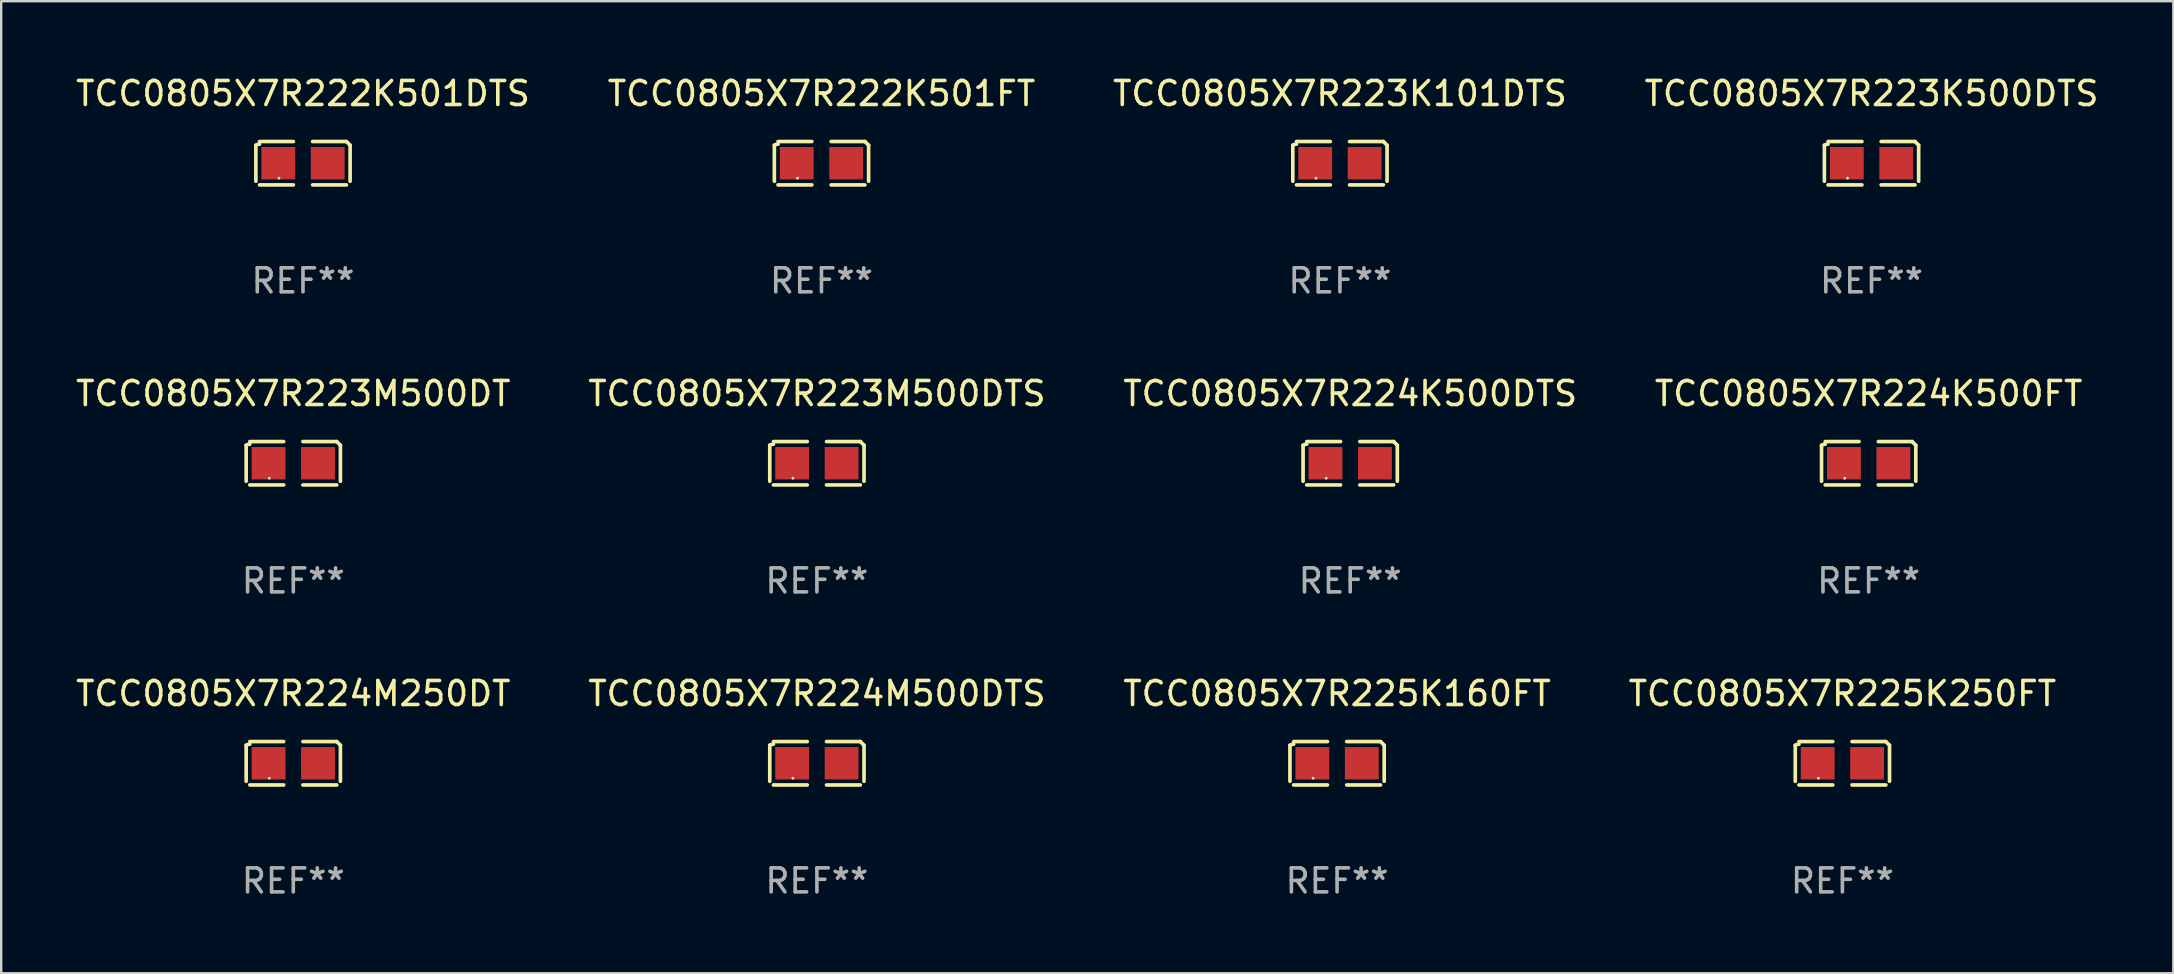
<source format=kicad_pcb>
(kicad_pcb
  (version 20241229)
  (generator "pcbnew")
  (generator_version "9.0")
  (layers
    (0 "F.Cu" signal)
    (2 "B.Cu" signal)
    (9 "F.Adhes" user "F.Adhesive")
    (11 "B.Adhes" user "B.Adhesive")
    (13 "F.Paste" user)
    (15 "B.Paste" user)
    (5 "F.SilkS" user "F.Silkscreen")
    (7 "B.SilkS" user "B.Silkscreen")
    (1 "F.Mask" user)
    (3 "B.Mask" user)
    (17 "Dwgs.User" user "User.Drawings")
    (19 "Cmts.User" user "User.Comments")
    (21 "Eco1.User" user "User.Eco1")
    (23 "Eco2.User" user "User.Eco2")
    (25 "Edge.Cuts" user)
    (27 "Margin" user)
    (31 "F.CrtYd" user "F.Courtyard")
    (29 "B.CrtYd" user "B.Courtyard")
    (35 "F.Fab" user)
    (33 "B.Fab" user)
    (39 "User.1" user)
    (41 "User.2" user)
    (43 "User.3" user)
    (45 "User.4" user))
  (footprint "TCC0805X7R223M500DTS"
    (layer "F.Cu")
    (at 30.994 16.256)
    (property "Reference" "TCC0805X7R223M500DTS" (at 0 -2.904 0) (layer "F.SilkS") (effects (font (size 1 1) (thickness 0.15))))
    (attr through_hole)
    (fp_line (start -1.964 0.751) (end -1.964 -0.751) (stroke (width 0.152) (type solid)) (layer "F.SilkS"))
    (fp_line (start -1.811 -0.904) (end -0.401 -0.904) (stroke (width 0.152) (type solid)) (layer "F.SilkS"))
    (fp_line (start -0.401 0.904) (end -1.811 0.904) (stroke (width 0.152) (type solid)) (layer "F.SilkS"))
    (fp_line (start 0.401 0.904) (end 1.811 0.904) (stroke (width 0.152) (type solid)) (layer "F.SilkS"))
    (fp_line (start 1.811 -0.904) (end 0.401 -0.904) (stroke (width 0.152) (type solid)) (layer "F.SilkS"))
    (fp_line (start 1.964 0.751) (end 1.964 -0.751) (stroke (width 0.152) (type solid)) (layer "F.SilkS"))
    (fp_arc (start -1.963602 -0.751207) (mid -1.890354 -0.783131) (end -1.811201 -0.794044) (stroke (width 0.1524) (type solid)) (layer "F.SilkS"))
    (fp_arc (start 1.811202 -0.903607) (mid 1.887413 -0.827418) (end 1.963602 -0.751207) (stroke (width 0.1524) (type solid)) (layer "F.SilkS"))
    (fp_circle (center -1 0.625) (end -0.97 0.625) (stroke (width 0.06) (type solid)) (fill no) (layer "F.SilkS"))
    (fp_text user "REF**" (at 0 4.904 0) (layer "F.Fab") (effects (font (size 1 1) (thickness 0.15))))
    (pad "1" smd rect (at -1.03 0) (size 1.41 1.35) (layers "F.Cu" "F.Mask" "F.Paste"))
    (pad "2" smd rect (at 1.03 0) (size 1.41 1.35) (layers "F.Cu" "F.Mask" "F.Paste")))
  (footprint "TCC0805X7R224K500FT"
    (layer "F.Cu")
    (at 74.827 16.256)
    (property "Reference" "TCC0805X7R224K500FT" (at 0 -2.904 0) (layer "F.SilkS") (effects (font (size 1 1) (thickness 0.15))))
    (attr through_hole)
    (fp_line (start -1.964 0.751) (end -1.964 -0.751) (stroke (width 0.152) (type solid)) (layer "F.SilkS"))
    (fp_line (start -1.811 -0.904) (end -0.401 -0.904) (stroke (width 0.152) (type solid)) (layer "F.SilkS"))
    (fp_line (start -0.401 0.904) (end -1.811 0.904) (stroke (width 0.152) (type solid)) (layer "F.SilkS"))
    (fp_line (start 0.401 0.904) (end 1.811 0.904) (stroke (width 0.152) (type solid)) (layer "F.SilkS"))
    (fp_line (start 1.811 -0.904) (end 0.401 -0.904) (stroke (width 0.152) (type solid)) (layer "F.SilkS"))
    (fp_line (start 1.964 0.751) (end 1.964 -0.751) (stroke (width 0.152) (type solid)) (layer "F.SilkS"))
    (fp_arc (start -1.963602 -0.751207) (mid -1.890354 -0.783131) (end -1.811201 -0.794044) (stroke (width 0.1524) (type solid)) (layer "F.SilkS"))
    (fp_arc (start 1.811202 -0.903607) (mid 1.887413 -0.827418) (end 1.963602 -0.751207) (stroke (width 0.1524) (type solid)) (layer "F.SilkS"))
    (fp_circle (center -1 0.625) (end -0.97 0.625) (stroke (width 0.06) (type solid)) (fill no) (layer "F.SilkS"))
    (fp_text user "REF**" (at 0 4.904 0) (layer "F.Fab") (effects (font (size 1 1) (thickness 0.15))))
    (pad "1" smd rect (at -1.03 0) (size 1.41 1.35) (layers "F.Cu" "F.Mask" "F.Paste"))
    (pad "2" smd rect (at 1.03 0) (size 1.41 1.35) (layers "F.Cu" "F.Mask" "F.Paste")))
  (footprint "TCC0805X7R223K500DTS"
    (layer "F.Cu")
    (at 74.946 3.752)
    (property "Reference" "TCC0805X7R223K500DTS" (at 0 -2.904 0) (layer "F.SilkS") (effects (font (size 1 1) (thickness 0.15))))
    (attr through_hole)
    (fp_line (start -1.964 0.751) (end -1.964 -0.751) (stroke (width 0.152) (type solid)) (layer "F.SilkS"))
    (fp_line (start -1.811 -0.904) (end -0.401 -0.904) (stroke (width 0.152) (type solid)) (layer "F.SilkS"))
    (fp_line (start -0.401 0.904) (end -1.811 0.904) (stroke (width 0.152) (type solid)) (layer "F.SilkS"))
    (fp_line (start 0.401 0.904) (end 1.811 0.904) (stroke (width 0.152) (type solid)) (layer "F.SilkS"))
    (fp_line (start 1.811 -0.904) (end 0.401 -0.904) (stroke (width 0.152) (type solid)) (layer "F.SilkS"))
    (fp_line (start 1.964 0.751) (end 1.964 -0.751) (stroke (width 0.152) (type solid)) (layer "F.SilkS"))
    (fp_arc (start -1.963602 -0.751207) (mid -1.890354 -0.783131) (end -1.811201 -0.794044) (stroke (width 0.1524) (type solid)) (layer "F.SilkS"))
    (fp_arc (start 1.811202 -0.903607) (mid 1.887413 -0.827418) (end 1.963602 -0.751207) (stroke (width 0.1524) (type solid)) (layer "F.SilkS"))
    (fp_circle (center -1 0.625) (end -0.97 0.625) (stroke (width 0.06) (type solid)) (fill no) (layer "F.SilkS"))
    (fp_text user "REF**" (at 0 4.904 0) (layer "F.Fab") (effects (font (size 1 1) (thickness 0.15))))
    (pad "1" smd rect (at -1.03 0) (size 1.41 1.35) (layers "F.Cu" "F.Mask" "F.Paste"))
    (pad "2" smd rect (at 1.03 0) (size 1.41 1.35) (layers "F.Cu" "F.Mask" "F.Paste")))
  (footprint "TCC0805X7R222K501DTS"
    (layer "F.Cu")
    (at 9.577 3.752)
    (property "Reference" "TCC0805X7R222K501DTS" (at 0 -2.904 0) (layer "F.SilkS") (effects (font (size 1 1) (thickness 0.15))))
    (attr through_hole)
    (fp_line (start -1.964 0.751) (end -1.964 -0.751) (stroke (width 0.152) (type solid)) (layer "F.SilkS"))
    (fp_line (start -1.811 -0.904) (end -0.401 -0.904) (stroke (width 0.152) (type solid)) (layer "F.SilkS"))
    (fp_line (start -0.401 0.904) (end -1.811 0.904) (stroke (width 0.152) (type solid)) (layer "F.SilkS"))
    (fp_line (start 0.401 0.904) (end 1.811 0.904) (stroke (width 0.152) (type solid)) (layer "F.SilkS"))
    (fp_line (start 1.811 -0.904) (end 0.401 -0.904) (stroke (width 0.152) (type solid)) (layer "F.SilkS"))
    (fp_line (start 1.964 0.751) (end 1.964 -0.751) (stroke (width 0.152) (type solid)) (layer "F.SilkS"))
    (fp_arc (start -1.963602 -0.751207) (mid -1.890354 -0.783131) (end -1.811201 -0.794044) (stroke (width 0.1524) (type solid)) (layer "F.SilkS"))
    (fp_arc (start 1.811202 -0.903607) (mid 1.887413 -0.827418) (end 1.963602 -0.751207) (stroke (width 0.1524) (type solid)) (layer "F.SilkS"))
    (fp_circle (center -1 0.625) (end -0.97 0.625) (stroke (width 0.06) (type solid)) (fill no) (layer "F.SilkS"))
    (fp_text user "REF**" (at 0 4.904 0) (layer "F.Fab") (effects (font (size 1 1) (thickness 0.15))))
    (pad "1" smd rect (at -1.03 0) (size 1.41 1.35) (layers "F.Cu" "F.Mask" "F.Paste"))
    (pad "2" smd rect (at 1.03 0) (size 1.41 1.35) (layers "F.Cu" "F.Mask" "F.Paste")))
  (footprint "TCC0805X7R223M500DT"
    (layer "F.Cu")
    (at 9.173 16.256)
    (property "Reference" "TCC0805X7R223M500DT" (at 0 -2.904 0) (layer "F.SilkS") (effects (font (size 1 1) (thickness 0.15))))
    (attr through_hole)
    (fp_line (start -1.964 0.751) (end -1.964 -0.751) (stroke (width 0.152) (type solid)) (layer "F.SilkS"))
    (fp_line (start -1.811 -0.904) (end -0.401 -0.904) (stroke (width 0.152) (type solid)) (layer "F.SilkS"))
    (fp_line (start -0.401 0.904) (end -1.811 0.904) (stroke (width 0.152) (type solid)) (layer "F.SilkS"))
    (fp_line (start 0.401 0.904) (end 1.811 0.904) (stroke (width 0.152) (type solid)) (layer "F.SilkS"))
    (fp_line (start 1.811 -0.904) (end 0.401 -0.904) (stroke (width 0.152) (type solid)) (layer "F.SilkS"))
    (fp_line (start 1.964 0.751) (end 1.964 -0.751) (stroke (width 0.152) (type solid)) (layer "F.SilkS"))
    (fp_arc (start -1.963602 -0.751207) (mid -1.890354 -0.783131) (end -1.811201 -0.794044) (stroke (width 0.1524) (type solid)) (layer "F.SilkS"))
    (fp_arc (start 1.811202 -0.903607) (mid 1.887413 -0.827418) (end 1.963602 -0.751207) (stroke (width 0.1524) (type solid)) (layer "F.SilkS"))
    (fp_circle (center -1 0.625) (end -0.97 0.625) (stroke (width 0.06) (type solid)) (fill no) (layer "F.SilkS"))
    (fp_text user "REF**" (at 0 4.904 0) (layer "F.Fab") (effects (font (size 1 1) (thickness 0.15))))
    (pad "1" smd rect (at -1.03 0) (size 1.41 1.35) (layers "F.Cu" "F.Mask" "F.Paste"))
    (pad "2" smd rect (at 1.03 0) (size 1.41 1.35) (layers "F.Cu" "F.Mask" "F.Paste")))
  (footprint "TCC0805X7R225K250FT"
    (layer "F.Cu")
    (at 73.732 28.759)
    (property "Reference" "TCC0805X7R225K250FT" (at 0 -2.904 0) (layer "F.SilkS") (effects (font (size 1 1) (thickness 0.15))))
    (attr through_hole)
    (fp_line (start -1.964 0.751) (end -1.964 -0.751) (stroke (width 0.152) (type solid)) (layer "F.SilkS"))
    (fp_line (start -1.811 -0.904) (end -0.401 -0.904) (stroke (width 0.152) (type solid)) (layer "F.SilkS"))
    (fp_line (start -0.401 0.904) (end -1.811 0.904) (stroke (width 0.152) (type solid)) (layer "F.SilkS"))
    (fp_line (start 0.401 0.904) (end 1.811 0.904) (stroke (width 0.152) (type solid)) (layer "F.SilkS"))
    (fp_line (start 1.811 -0.904) (end 0.401 -0.904) (stroke (width 0.152) (type solid)) (layer "F.SilkS"))
    (fp_line (start 1.964 0.751) (end 1.964 -0.751) (stroke (width 0.152) (type solid)) (layer "F.SilkS"))
    (fp_arc (start -1.963602 -0.751207) (mid -1.890354 -0.783131) (end -1.811201 -0.794044) (stroke (width 0.1524) (type solid)) (layer "F.SilkS"))
    (fp_arc (start 1.811202 -0.903607) (mid 1.887413 -0.827418) (end 1.963602 -0.751207) (stroke (width 0.1524) (type solid)) (layer "F.SilkS"))
    (fp_circle (center -1 0.625) (end -0.97 0.625) (stroke (width 0.06) (type solid)) (fill no) (layer "F.SilkS"))
    (fp_text user "REF**" (at 0 4.904 0) (layer "F.Fab") (effects (font (size 1 1) (thickness 0.15))))
    (pad "1" smd rect (at -1.03 0) (size 1.41 1.35) (layers "F.Cu" "F.Mask" "F.Paste"))
    (pad "2" smd rect (at 1.03 0) (size 1.41 1.35) (layers "F.Cu" "F.Mask" "F.Paste")))
  (footprint "TCC0805X7R224M250DT"
    (layer "F.Cu")
    (at 9.173 28.759)
    (property "Reference" "TCC0805X7R224M250DT" (at 0 -2.904 0) (layer "F.SilkS") (effects (font (size 1 1) (thickness 0.15))))
    (attr through_hole)
    (fp_line (start -1.964 0.751) (end -1.964 -0.751) (stroke (width 0.152) (type solid)) (layer "F.SilkS"))
    (fp_line (start -1.811 -0.904) (end -0.401 -0.904) (stroke (width 0.152) (type solid)) (layer "F.SilkS"))
    (fp_line (start -0.401 0.904) (end -1.811 0.904) (stroke (width 0.152) (type solid)) (layer "F.SilkS"))
    (fp_line (start 0.401 0.904) (end 1.811 0.904) (stroke (width 0.152) (type solid)) (layer "F.SilkS"))
    (fp_line (start 1.811 -0.904) (end 0.401 -0.904) (stroke (width 0.152) (type solid)) (layer "F.SilkS"))
    (fp_line (start 1.964 0.751) (end 1.964 -0.751) (stroke (width 0.152) (type solid)) (layer "F.SilkS"))
    (fp_arc (start -1.963602 -0.751207) (mid -1.890354 -0.783131) (end -1.811201 -0.794044) (stroke (width 0.1524) (type solid)) (layer "F.SilkS"))
    (fp_arc (start 1.811202 -0.903607) (mid 1.887413 -0.827418) (end 1.963602 -0.751207) (stroke (width 0.1524) (type solid)) (layer "F.SilkS"))
    (fp_circle (center -1 0.625) (end -0.97 0.625) (stroke (width 0.06) (type solid)) (fill no) (layer "F.SilkS"))
    (fp_text user "REF**" (at 0 4.904 0) (layer "F.Fab") (effects (font (size 1 1) (thickness 0.15))))
    (pad "1" smd rect (at -1.03 0) (size 1.41 1.35) (layers "F.Cu" "F.Mask" "F.Paste"))
    (pad "2" smd rect (at 1.03 0) (size 1.41 1.35) (layers "F.Cu" "F.Mask" "F.Paste")))
  (footprint "TCC0805X7R223K101DTS"
    (layer "F.Cu")
    (at 52.792 3.752)
    (property "Reference" "TCC0805X7R223K101DTS" (at 0 -2.904 0) (layer "F.SilkS") (effects (font (size 1 1) (thickness 0.15))))
    (attr through_hole)
    (fp_line (start -1.964 0.751) (end -1.964 -0.751) (stroke (width 0.152) (type solid)) (layer "F.SilkS"))
    (fp_line (start -1.811 -0.904) (end -0.401 -0.904) (stroke (width 0.152) (type solid)) (layer "F.SilkS"))
    (fp_line (start -0.401 0.904) (end -1.811 0.904) (stroke (width 0.152) (type solid)) (layer "F.SilkS"))
    (fp_line (start 0.401 0.904) (end 1.811 0.904) (stroke (width 0.152) (type solid)) (layer "F.SilkS"))
    (fp_line (start 1.811 -0.904) (end 0.401 -0.904) (stroke (width 0.152) (type solid)) (layer "F.SilkS"))
    (fp_line (start 1.964 0.751) (end 1.964 -0.751) (stroke (width 0.152) (type solid)) (layer "F.SilkS"))
    (fp_arc (start -1.963602 -0.751207) (mid -1.890354 -0.783131) (end -1.811201 -0.794044) (stroke (width 0.1524) (type solid)) (layer "F.SilkS"))
    (fp_arc (start 1.811202 -0.903607) (mid 1.887413 -0.827418) (end 1.963602 -0.751207) (stroke (width 0.1524) (type solid)) (layer "F.SilkS"))
    (fp_circle (center -1 0.625) (end -0.97 0.625) (stroke (width 0.06) (type solid)) (fill no) (layer "F.SilkS"))
    (fp_text user "REF**" (at 0 4.904 0) (layer "F.Fab") (effects (font (size 1 1) (thickness 0.15))))
    (pad "1" smd rect (at -1.03 0) (size 1.41 1.35) (layers "F.Cu" "F.Mask" "F.Paste"))
    (pad "2" smd rect (at 1.03 0) (size 1.41 1.35) (layers "F.Cu" "F.Mask" "F.Paste")))
  (footprint "TCC0805X7R224K500DTS"
    (layer "F.Cu")
    (at 53.22 16.256)
    (property "Reference" "TCC0805X7R224K500DTS" (at 0 -2.904 0) (layer "F.SilkS") (effects (font (size 1 1) (thickness 0.15))))
    (attr through_hole)
    (fp_line (start -1.964 0.751) (end -1.964 -0.751) (stroke (width 0.152) (type solid)) (layer "F.SilkS"))
    (fp_line (start -1.811 -0.904) (end -0.401 -0.904) (stroke (width 0.152) (type solid)) (layer "F.SilkS"))
    (fp_line (start -0.401 0.904) (end -1.811 0.904) (stroke (width 0.152) (type solid)) (layer "F.SilkS"))
    (fp_line (start 0.401 0.904) (end 1.811 0.904) (stroke (width 0.152) (type solid)) (layer "F.SilkS"))
    (fp_line (start 1.811 -0.904) (end 0.401 -0.904) (stroke (width 0.152) (type solid)) (layer "F.SilkS"))
    (fp_line (start 1.964 0.751) (end 1.964 -0.751) (stroke (width 0.152) (type solid)) (layer "F.SilkS"))
    (fp_arc (start -1.963602 -0.751207) (mid -1.890354 -0.783131) (end -1.811201 -0.794044) (stroke (width 0.1524) (type solid)) (layer "F.SilkS"))
    (fp_arc (start 1.811202 -0.903607) (mid 1.887413 -0.827418) (end 1.963602 -0.751207) (stroke (width 0.1524) (type solid)) (layer "F.SilkS"))
    (fp_circle (center -1 0.625) (end -0.97 0.625) (stroke (width 0.06) (type solid)) (fill no) (layer "F.SilkS"))
    (fp_text user "REF**" (at 0 4.904 0) (layer "F.Fab") (effects (font (size 1 1) (thickness 0.15))))
    (pad "1" smd rect (at -1.03 0) (size 1.41 1.35) (layers "F.Cu" "F.Mask" "F.Paste"))
    (pad "2" smd rect (at 1.03 0) (size 1.41 1.35) (layers "F.Cu" "F.Mask" "F.Paste")))
  (footprint "TCC0805X7R224M500DTS"
    (layer "F.Cu")
    (at 30.994 28.759)
    (property "Reference" "TCC0805X7R224M500DTS" (at 0 -2.904 0) (layer "F.SilkS") (effects (font (size 1 1) (thickness 0.15))))
    (attr through_hole)
    (fp_line (start -1.964 0.751) (end -1.964 -0.751) (stroke (width 0.152) (type solid)) (layer "F.SilkS"))
    (fp_line (start -1.811 -0.904) (end -0.401 -0.904) (stroke (width 0.152) (type solid)) (layer "F.SilkS"))
    (fp_line (start -0.401 0.904) (end -1.811 0.904) (stroke (width 0.152) (type solid)) (layer "F.SilkS"))
    (fp_line (start 0.401 0.904) (end 1.811 0.904) (stroke (width 0.152) (type solid)) (layer "F.SilkS"))
    (fp_line (start 1.811 -0.904) (end 0.401 -0.904) (stroke (width 0.152) (type solid)) (layer "F.SilkS"))
    (fp_line (start 1.964 0.751) (end 1.964 -0.751) (stroke (width 0.152) (type solid)) (layer "F.SilkS"))
    (fp_arc (start -1.963602 -0.751207) (mid -1.890354 -0.783131) (end -1.811201 -0.794044) (stroke (width 0.1524) (type solid)) (layer "F.SilkS"))
    (fp_arc (start 1.811202 -0.903607) (mid 1.887413 -0.827418) (end 1.963602 -0.751207) (stroke (width 0.1524) (type solid)) (layer "F.SilkS"))
    (fp_circle (center -1 0.625) (end -0.97 0.625) (stroke (width 0.06) (type solid)) (fill no) (layer "F.SilkS"))
    (fp_text user "REF**" (at 0 4.904 0) (layer "F.Fab") (effects (font (size 1 1) (thickness 0.15))))
    (pad "1" smd rect (at -1.03 0) (size 1.41 1.35) (layers "F.Cu" "F.Mask" "F.Paste"))
    (pad "2" smd rect (at 1.03 0) (size 1.41 1.35) (layers "F.Cu" "F.Mask" "F.Paste")))
  (footprint "TCC0805X7R222K501FT"
    (layer "F.Cu")
    (at 31.185 3.752)
    (property "Reference" "TCC0805X7R222K501FT" (at 0 -2.904 0) (layer "F.SilkS") (effects (font (size 1 1) (thickness 0.15))))
    (attr through_hole)
    (fp_line (start -1.964 0.751) (end -1.964 -0.751) (stroke (width 0.152) (type solid)) (layer "F.SilkS"))
    (fp_line (start -1.811 -0.904) (end -0.401 -0.904) (stroke (width 0.152) (type solid)) (layer "F.SilkS"))
    (fp_line (start -0.401 0.904) (end -1.811 0.904) (stroke (width 0.152) (type solid)) (layer "F.SilkS"))
    (fp_line (start 0.401 0.904) (end 1.811 0.904) (stroke (width 0.152) (type solid)) (layer "F.SilkS"))
    (fp_line (start 1.811 -0.904) (end 0.401 -0.904) (stroke (width 0.152) (type solid)) (layer "F.SilkS"))
    (fp_line (start 1.964 0.751) (end 1.964 -0.751) (stroke (width 0.152) (type solid)) (layer "F.SilkS"))
    (fp_arc (start -1.963602 -0.751207) (mid -1.890354 -0.783131) (end -1.811201 -0.794044) (stroke (width 0.1524) (type solid)) (layer "F.SilkS"))
    (fp_arc (start 1.811202 -0.903607) (mid 1.887413 -0.827418) (end 1.963602 -0.751207) (stroke (width 0.1524) (type solid)) (layer "F.SilkS"))
    (fp_circle (center -1 0.625) (end -0.97 0.625) (stroke (width 0.06) (type solid)) (fill no) (layer "F.SilkS"))
    (fp_text user "REF**" (at 0 4.904 0) (layer "F.Fab") (effects (font (size 1 1) (thickness 0.15))))
    (pad "1" smd rect (at -1.03 0) (size 1.41 1.35) (layers "F.Cu" "F.Mask" "F.Paste"))
    (pad "2" smd rect (at 1.03 0) (size 1.41 1.35) (layers "F.Cu" "F.Mask" "F.Paste")))
  (footprint "TCC0805X7R225K160FT"
    (layer "F.Cu")
    (at 52.673 28.759)
    (property "Reference" "TCC0805X7R225K160FT" (at 0 -2.904 0) (layer "F.SilkS") (effects (font (size 1 1) (thickness 0.15))))
    (attr through_hole)
    (fp_line (start -1.964 0.751) (end -1.964 -0.751) (stroke (width 0.152) (type solid)) (layer "F.SilkS"))
    (fp_line (start -1.811 -0.904) (end -0.401 -0.904) (stroke (width 0.152) (type solid)) (layer "F.SilkS"))
    (fp_line (start -0.401 0.904) (end -1.811 0.904) (stroke (width 0.152) (type solid)) (layer "F.SilkS"))
    (fp_line (start 0.401 0.904) (end 1.811 0.904) (stroke (width 0.152) (type solid)) (layer "F.SilkS"))
    (fp_line (start 1.811 -0.904) (end 0.401 -0.904) (stroke (width 0.152) (type solid)) (layer "F.SilkS"))
    (fp_line (start 1.964 0.751) (end 1.964 -0.751) (stroke (width 0.152) (type solid)) (layer "F.SilkS"))
    (fp_arc (start -1.963602 -0.751207) (mid -1.890354 -0.783131) (end -1.811201 -0.794044) (stroke (width 0.1524) (type solid)) (layer "F.SilkS"))
    (fp_arc (start 1.811202 -0.903607) (mid 1.887413 -0.827418) (end 1.963602 -0.751207) (stroke (width 0.1524) (type solid)) (layer "F.SilkS"))
    (fp_circle (center -1 0.625) (end -0.97 0.625) (stroke (width 0.06) (type solid)) (fill no) (layer "F.SilkS"))
    (fp_text user "REF**" (at 0 4.904 0) (layer "F.Fab") (effects (font (size 1 1) (thickness 0.15))))
    (pad "1" smd rect (at -1.03 0) (size 1.41 1.35) (layers "F.Cu" "F.Mask" "F.Paste"))
    (pad "2" smd rect (at 1.03 0) (size 1.41 1.35) (layers "F.Cu" "F.Mask" "F.Paste")))
  (gr_rect
    (start -3 -3)
    (end 87.524 37.511)
    (stroke (width 0.1) (type default))
    (fill no)
    (layer "Edge.Cuts")))
</source>
